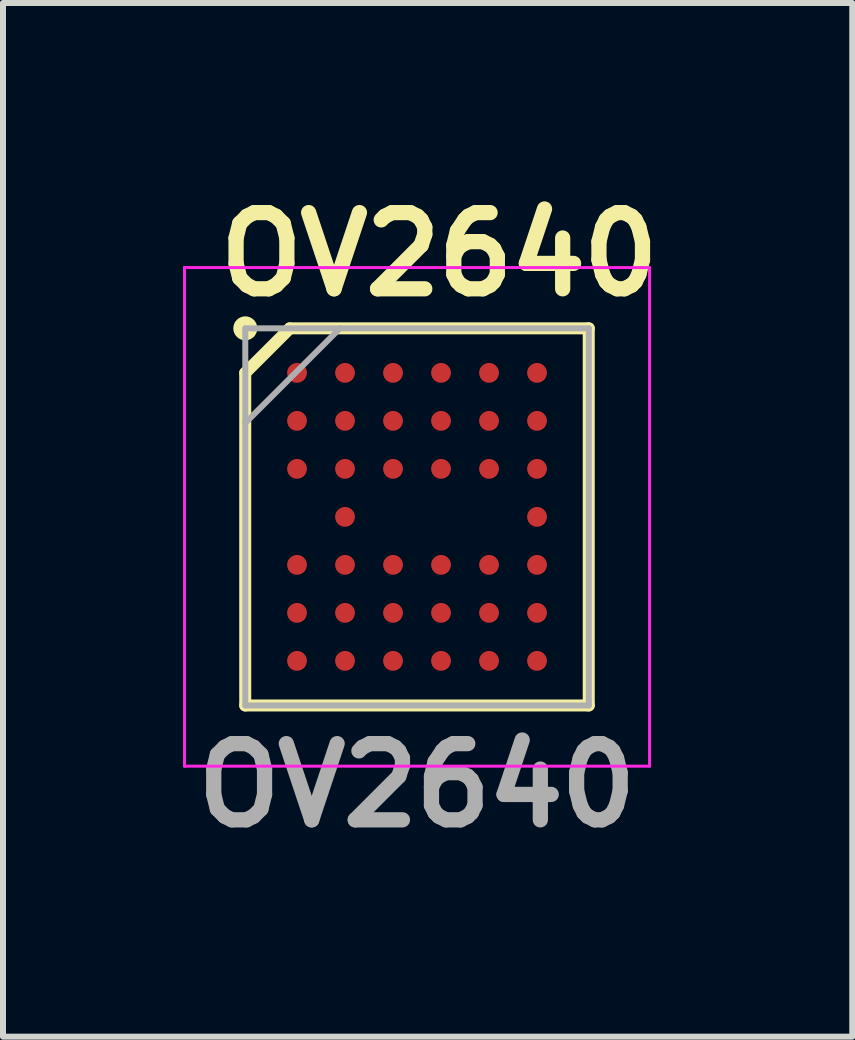
<source format=kicad_pcb>
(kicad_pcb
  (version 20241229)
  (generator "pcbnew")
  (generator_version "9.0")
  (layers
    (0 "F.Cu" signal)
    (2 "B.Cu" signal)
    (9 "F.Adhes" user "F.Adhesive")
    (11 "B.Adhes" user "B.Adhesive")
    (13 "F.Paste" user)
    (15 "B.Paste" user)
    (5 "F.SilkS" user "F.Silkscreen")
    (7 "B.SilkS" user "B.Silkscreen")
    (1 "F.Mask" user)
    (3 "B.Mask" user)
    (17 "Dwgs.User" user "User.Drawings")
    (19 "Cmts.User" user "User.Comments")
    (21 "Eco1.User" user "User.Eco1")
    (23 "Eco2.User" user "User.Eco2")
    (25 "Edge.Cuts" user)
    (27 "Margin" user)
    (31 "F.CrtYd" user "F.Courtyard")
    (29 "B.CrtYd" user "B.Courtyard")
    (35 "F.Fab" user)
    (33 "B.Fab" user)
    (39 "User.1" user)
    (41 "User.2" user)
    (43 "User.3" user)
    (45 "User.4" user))
  (footprint "OV2640"
    (layer "F.Cu")
    (at 3.9 5.564)
    (property "Reference" "OV2640" (at 0.371 -4.375 0) (layer "F.SilkS") (effects (font (size 1.27 1.27) (thickness 0.254))))
    (attr smd)
    (fp_line (start -2.863 -2.399) (end -2.121 -3.141) (stroke (width 0.2) (type solid)) (layer "F.SilkS"))
    (fp_line (start -2.863 3.143) (end -2.863 -2.399) (stroke (width 0.2) (type solid)) (layer "F.SilkS"))
    (fp_line (start -2.12 -3.142) (end 2.862 -3.142) (stroke (width 0.2) (type solid)) (layer "F.SilkS"))
    (fp_line (start 2.862 -3.142) (end 2.862 3.143) (stroke (width 0.2) (type solid)) (layer "F.SilkS"))
    (fp_line (start 2.862 3.143) (end -2.863 3.143) (stroke (width 0.2) (type solid)) (layer "F.SilkS"))
    (fp_circle (center -2.862 -3.142) (end -2.862 -3.042) (stroke (width 0.2) (type solid)) (fill no) (layer "F.SilkS"))
    (fp_line (start -3.875 -4.155) (end 3.875 -4.155) (stroke (width 0.05) (type solid)) (layer "F.CrtYd"))
    (fp_line (start -3.875 4.155) (end -3.875 -4.155) (stroke (width 0.05) (type solid)) (layer "F.CrtYd"))
    (fp_line (start 3.875 -4.155) (end 3.875 4.155) (stroke (width 0.05) (type solid)) (layer "F.CrtYd"))
    (fp_line (start 3.875 4.155) (end -3.875 4.155) (stroke (width 0.05) (type solid)) (layer "F.CrtYd"))
    (fp_line (start -2.862 -3.142) (end 2.863 -3.142) (stroke (width 0.1) (type solid)) (layer "F.Fab"))
    (fp_line (start -2.862 -1.565) (end -1.284 -3.143) (stroke (width 0.1) (type solid)) (layer "F.Fab"))
    (fp_line (start -2.862 3.143) (end -2.862 -3.142) (stroke (width 0.1) (type solid)) (layer "F.Fab"))
    (fp_line (start 2.863 -3.142) (end 2.863 3.143) (stroke (width 0.1) (type solid)) (layer "F.Fab"))
    (fp_line (start 2.863 3.143) (end -2.862 3.143) (stroke (width 0.1) (type solid)) (layer "F.Fab"))
    (fp_text user "${REFERENCE}" (at -0.001 4.475 0) (layer "F.Fab") (effects (font (size 1.27 1.27) (thickness 0.254))))
    (pad "A1" smd circle (at -2 -2.4 90) (size 0.33 0.33) (layers "F.Cu" "F.Mask" "F.Paste"))
    (pad "A2" smd circle (at -1.2 -2.4 90) (size 0.33 0.33) (layers "F.Cu" "F.Mask" "F.Paste"))
    (pad "A3" smd circle (at -0.4 -2.4 90) (size 0.33 0.33) (layers "F.Cu" "F.Mask" "F.Paste"))
    (pad "A4" smd circle (at 0.4 -2.4 90) (size 0.33 0.33) (layers "F.Cu" "F.Mask" "F.Paste"))
    (pad "A5" smd circle (at 1.2 -2.4 90) (size 0.33 0.33) (layers "F.Cu" "F.Mask" "F.Paste"))
    (pad "A6" smd circle (at 2 -2.4 90) (size 0.33 0.33) (layers "F.Cu" "F.Mask" "F.Paste"))
    (pad "B1" smd circle (at -2 -1.6 90) (size 0.33 0.33) (layers "F.Cu" "F.Mask" "F.Paste"))
    (pad "B2" smd circle (at -1.2 -1.6 90) (size 0.33 0.33) (layers "F.Cu" "F.Mask" "F.Paste"))
    (pad "B3" smd circle (at -0.4 -1.6 90) (size 0.33 0.33) (layers "F.Cu" "F.Mask" "F.Paste"))
    (pad "B4" smd circle (at 0.4 -1.6 90) (size 0.33 0.33) (layers "F.Cu" "F.Mask" "F.Paste"))
    (pad "B5" smd circle (at 1.2 -1.6 90) (size 0.33 0.33) (layers "F.Cu" "F.Mask" "F.Paste"))
    (pad "B6" smd circle (at 2 -1.6 90) (size 0.33 0.33) (layers "F.Cu" "F.Mask" "F.Paste"))
    (pad "C1" smd circle (at -2 -0.8 90) (size 0.33 0.33) (layers "F.Cu" "F.Mask" "F.Paste"))
    (pad "C2" smd circle (at -1.2 -0.8 90) (size 0.33 0.33) (layers "F.Cu" "F.Mask" "F.Paste"))
    (pad "C3" smd circle (at -0.4 -0.8 90) (size 0.33 0.33) (layers "F.Cu" "F.Mask" "F.Paste"))
    (pad "C4" smd circle (at 0.4 -0.8 90) (size 0.33 0.33) (layers "F.Cu" "F.Mask" "F.Paste"))
    (pad "C5" smd circle (at 1.2 -0.8 90) (size 0.33 0.33) (layers "F.Cu" "F.Mask" "F.Paste"))
    (pad "C6" smd circle (at 2 -0.8 90) (size 0.33 0.33) (layers "F.Cu" "F.Mask" "F.Paste"))
    (pad "D2" smd circle (at -1.2 0 90) (size 0.33 0.33) (layers "F.Cu" "F.Mask" "F.Paste"))
    (pad "D6" smd circle (at 2 0 90) (size 0.33 0.33) (layers "F.Cu" "F.Mask" "F.Paste"))
    (pad "E1" smd circle (at -2 0.8 90) (size 0.33 0.33) (layers "F.Cu" "F.Mask" "F.Paste"))
    (pad "E2" smd circle (at -1.2 0.8 90) (size 0.33 0.33) (layers "F.Cu" "F.Mask" "F.Paste"))
    (pad "E3" smd circle (at -0.4 0.8 90) (size 0.33 0.33) (layers "F.Cu" "F.Mask" "F.Paste"))
    (pad "E4" smd circle (at 0.4 0.8 90) (size 0.33 0.33) (layers "F.Cu" "F.Mask" "F.Paste"))
    (pad "E5" smd circle (at 1.2 0.8 90) (size 0.33 0.33) (layers "F.Cu" "F.Mask" "F.Paste"))
    (pad "E6" smd circle (at 2 0.8 90) (size 0.33 0.33) (layers "F.Cu" "F.Mask" "F.Paste"))
    (pad "F1" smd circle (at -2 1.6 90) (size 0.33 0.33) (layers "F.Cu" "F.Mask" "F.Paste"))
    (pad "F2" smd circle (at -1.2 1.6 90) (size 0.33 0.33) (layers "F.Cu" "F.Mask" "F.Paste"))
    (pad "F3" smd circle (at -0.4 1.6 90) (size 0.33 0.33) (layers "F.Cu" "F.Mask" "F.Paste"))
    (pad "F4" smd circle (at 0.4 1.6 90) (size 0.33 0.33) (layers "F.Cu" "F.Mask" "F.Paste"))
    (pad "F5" smd circle (at 1.2 1.6 90) (size 0.33 0.33) (layers "F.Cu" "F.Mask" "F.Paste"))
    (pad "F6" smd circle (at 2 1.6 90) (size 0.33 0.33) (layers "F.Cu" "F.Mask" "F.Paste"))
    (pad "G1" smd circle (at -2 2.4 90) (size 0.33 0.33) (layers "F.Cu" "F.Mask" "F.Paste"))
    (pad "G2" smd circle (at -1.2 2.4 90) (size 0.33 0.33) (layers "F.Cu" "F.Mask" "F.Paste"))
    (pad "G3" smd circle (at -0.4 2.4 90) (size 0.33 0.33) (layers "F.Cu" "F.Mask" "F.Paste"))
    (pad "G4" smd circle (at 0.4 2.4 90) (size 0.33 0.33) (layers "F.Cu" "F.Mask" "F.Paste"))
    (pad "G5" smd circle (at 1.2 2.4 90) (size 0.33 0.33) (layers "F.Cu" "F.Mask" "F.Paste"))
    (pad "G6" smd circle (at 2 2.4 90) (size 0.33 0.33) (layers "F.Cu" "F.Mask" "F.Paste")))
  (gr_rect
    (start -3 -3)
    (end 11.154 14.227)
    (stroke (width 0.1) (type default))
    (fill no)
    (layer "Edge.Cuts")))
</source>
